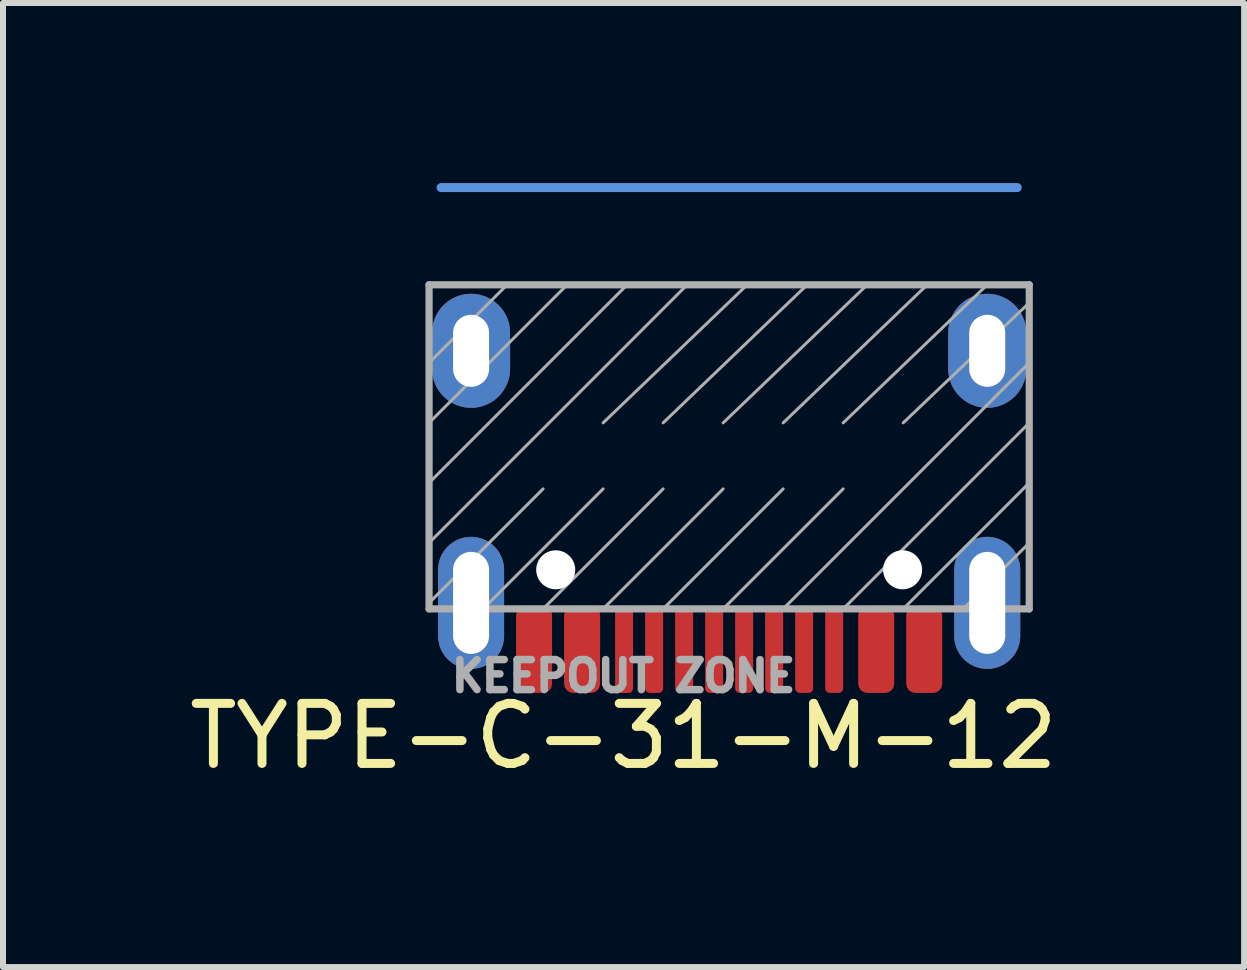
<source format=kicad_pcb>
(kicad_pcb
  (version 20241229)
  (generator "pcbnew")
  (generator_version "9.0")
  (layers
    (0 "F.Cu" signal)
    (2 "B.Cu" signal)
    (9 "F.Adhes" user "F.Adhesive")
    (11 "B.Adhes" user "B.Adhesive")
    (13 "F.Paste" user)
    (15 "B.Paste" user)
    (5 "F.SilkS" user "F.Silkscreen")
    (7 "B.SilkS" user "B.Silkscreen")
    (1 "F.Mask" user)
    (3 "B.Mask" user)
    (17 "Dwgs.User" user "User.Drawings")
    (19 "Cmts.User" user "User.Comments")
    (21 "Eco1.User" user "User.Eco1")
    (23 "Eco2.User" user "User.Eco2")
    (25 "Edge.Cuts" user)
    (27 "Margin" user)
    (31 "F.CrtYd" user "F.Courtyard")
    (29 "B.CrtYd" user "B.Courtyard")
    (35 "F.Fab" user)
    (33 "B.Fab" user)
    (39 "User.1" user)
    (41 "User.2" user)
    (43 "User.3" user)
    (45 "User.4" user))
  (footprint "TYPE-C-31-M-12"
    (layer "F.Cu")
    (at 7.339 4.215)
    (property "Reference" "TYPE-C-31-M-12" (at 0 5 0) (layer "F.SilkS") (effects (font (size 1 1) (thickness 0.15))))
    (attr smd)
    (fp_line (start -3.04 -4.14) (end 6.56 -4.14) (stroke (width 0.15) (type solid)) (layer "Cmts.User"))
    (fp_line (start -3.24 -2.52) (end -3.24 2.88) (stroke (width 0.12) (type solid)) (layer "F.Fab"))
    (fp_line (start -3.24 2.88) (end 6.76 2.88) (stroke (width 0.12) (type solid)) (layer "F.Fab"))
    (fp_line (start -1.94 -2.52) (end -3.24 -1.22) (stroke (width 0.05) (type solid)) (layer "F.Fab"))
    (fp_line (start -1.34 0.88) (end -3.24 2.78) (stroke (width 0.05) (type solid)) (layer "F.Fab"))
    (fp_line (start -0.94 -2.52) (end -3.24 -0.22) (stroke (width 0.05) (type solid)) (layer "F.Fab"))
    (fp_line (start -0.34 0.88) (end -2.34 2.88) (stroke (width 0.05) (type solid)) (layer "F.Fab"))
    (fp_line (start 0.06 -2.52) (end -3.24 0.78) (stroke (width 0.05) (type solid)) (layer "F.Fab"))
    (fp_line (start 0.66 0.88) (end -1.34 2.88) (stroke (width 0.05) (type solid)) (layer "F.Fab"))
    (fp_line (start 1.06 -2.52) (end -3.24 1.78) (stroke (width 0.05) (type solid)) (layer "F.Fab"))
    (fp_line (start 1.66 0.88) (end -0.34 2.88) (stroke (width 0.05) (type solid)) (layer "F.Fab"))
    (fp_line (start 2.06 -2.52) (end -0.34 -0.22) (stroke (width 0.05) (type solid)) (layer "F.Fab"))
    (fp_line (start 2.66 0.88) (end 0.66 2.88) (stroke (width 0.05) (type solid)) (layer "F.Fab"))
    (fp_line (start 3.06 -2.52) (end 0.66 -0.22) (stroke (width 0.05) (type solid)) (layer "F.Fab"))
    (fp_line (start 3.66 0.88) (end 1.66 2.88) (stroke (width 0.05) (type solid)) (layer "F.Fab"))
    (fp_line (start 4.06 -2.52) (end 1.66 -0.22) (stroke (width 0.05) (type solid)) (layer "F.Fab"))
    (fp_line (start 5.06 -2.52) (end 2.66 -0.22) (stroke (width 0.05) (type solid)) (layer "F.Fab"))
    (fp_line (start 6.06 -2.52) (end 3.66 -0.22) (stroke (width 0.05) (type solid)) (layer "F.Fab"))
    (fp_line (start 6.76 -2.52) (end -3.24 -2.52) (stroke (width 0.12) (type solid)) (layer "F.Fab"))
    (fp_line (start 6.76 -2.22) (end 4.66 -0.22) (stroke (width 0.05) (type solid)) (layer "F.Fab"))
    (fp_line (start 6.76 -1.22) (end 2.66 2.88) (stroke (width 0.05) (type solid)) (layer "F.Fab"))
    (fp_line (start 6.76 -0.22) (end 3.66 2.88) (stroke (width 0.05) (type solid)) (layer "F.Fab"))
    (fp_line (start 6.76 0.78) (end 4.66 2.88) (stroke (width 0.05) (type solid)) (layer "F.Fab"))
    (fp_line (start 6.76 1.78) (end 5.66 2.88) (stroke (width 0.05) (type solid)) (layer "F.Fab"))
    (fp_line (start 6.76 2.88) (end 6.76 -2.52) (stroke (width 0.12) (type solid)) (layer "F.Fab"))
    (fp_text user "KEEPOUT ZONE" (at 0 4 0) (layer "F.Fab") (effects (font (size 0.5 0.5) (thickness 0.125))))
    (pad "" np_thru_hole circle (at -1.13 2.229 180) (size 0.65 0.65) (drill 0.65) (layers "*.Cu" "*.Mask"))
    (pad "" np_thru_hole circle (at 4.65 2.229 180) (size 0.65 0.65) (drill 0.65) (layers "*.Cu" "*.Mask"))
    (pad "A1" smd roundrect (at 5.01 3.005 180) (size 0.6 1.45) (drill (offset 0 -0.55)) (layers "F.Cu" "F.Mask" "F.Paste") (roundrect_rratio 0.25))
    (pad "A4" smd roundrect (at 4.21 3.005 180) (size 0.6 1.45) (drill (offset 0 -0.55)) (layers "F.Cu" "F.Mask" "F.Paste") (roundrect_rratio 0.25))
    (pad "A5" smd roundrect (at 3.01 3.005 180) (size 0.3 1.45) (drill (offset 0 -0.55)) (layers "F.Cu" "F.Mask" "F.Paste") (roundrect_rratio 0.25))
    (pad "A6" smd roundrect (at 2.01 3.005 180) (size 0.3 1.45) (drill (offset 0 -0.55)) (layers "F.Cu" "F.Mask" "F.Paste") (roundrect_rratio 0.25))
    (pad "A7" smd roundrect (at 1.51 3.005 180) (size 0.3 1.45) (drill (offset 0 -0.55)) (layers "F.Cu" "F.Mask" "F.Paste") (roundrect_rratio 0.25))
    (pad "A8" smd roundrect (at 0.51 3.005 180) (size 0.3 1.45) (drill (offset 0 -0.55)) (layers "F.Cu" "F.Mask" "F.Paste") (roundrect_rratio 0.25))
    (pad "B1" smd roundrect (at -1.49 3.005 180) (size 0.6 1.45) (drill (offset 0 -0.55)) (layers "F.Cu" "F.Mask" "F.Paste") (roundrect_rratio 0.25))
    (pad "B4" smd roundrect (at -0.69 3.005 180) (size 0.6 1.45) (drill (offset 0 -0.55)) (layers "F.Cu" "F.Mask" "F.Paste") (roundrect_rratio 0.25))
    (pad "B5" smd roundrect (at 0.01 3.005 180) (size 0.3 1.45) (drill (offset 0 -0.55)) (layers "F.Cu" "F.Mask" "F.Paste") (roundrect_rratio 0.25))
    (pad "B6" smd roundrect (at 1.01 3.005 180) (size 0.3 1.45) (drill (offset 0 -0.55)) (layers "F.Cu" "F.Mask" "F.Paste") (roundrect_rratio 0.25))
    (pad "B7" smd roundrect (at 2.51 3.005 180) (size 0.3 1.45) (drill (offset 0 -0.55)) (layers "F.Cu" "F.Mask" "F.Paste") (roundrect_rratio 0.25))
    (pad "B8" smd roundrect (at 3.51 3.005 180) (size 0.3 1.45) (drill (offset 0 -0.55)) (layers "F.Cu" "F.Mask" "F.Paste") (roundrect_rratio 0.25))
    (pad "S" thru_hole oval (at -2.54 -1.42 180) (size 1.3 1.9) (drill oval 0.6 1.2) (layers "*.Cu" "*.Mask"))
    (pad "S" thru_hole oval (at -2.54 2.78 180) (size 1.1 2.2) (drill oval 0.6 1.7) (layers "*.Cu" "*.Mask"))
    (pad "S" thru_hole oval (at 6.06 -1.42 180) (size 1.3 1.9) (drill oval 0.6 1.2) (layers "*.Cu" "*.Mask"))
    (pad "S" thru_hole oval (at 6.06 2.78 180) (size 1.1 2.2) (drill oval 0.6 1.7) (layers "*.Cu" "*.Mask")))
  (gr_rect
    (start -3 -3)
    (end 17.679 13.063)
    (stroke (width 0.1) (type default))
    (fill no)
    (layer "Edge.Cuts")))
</source>
